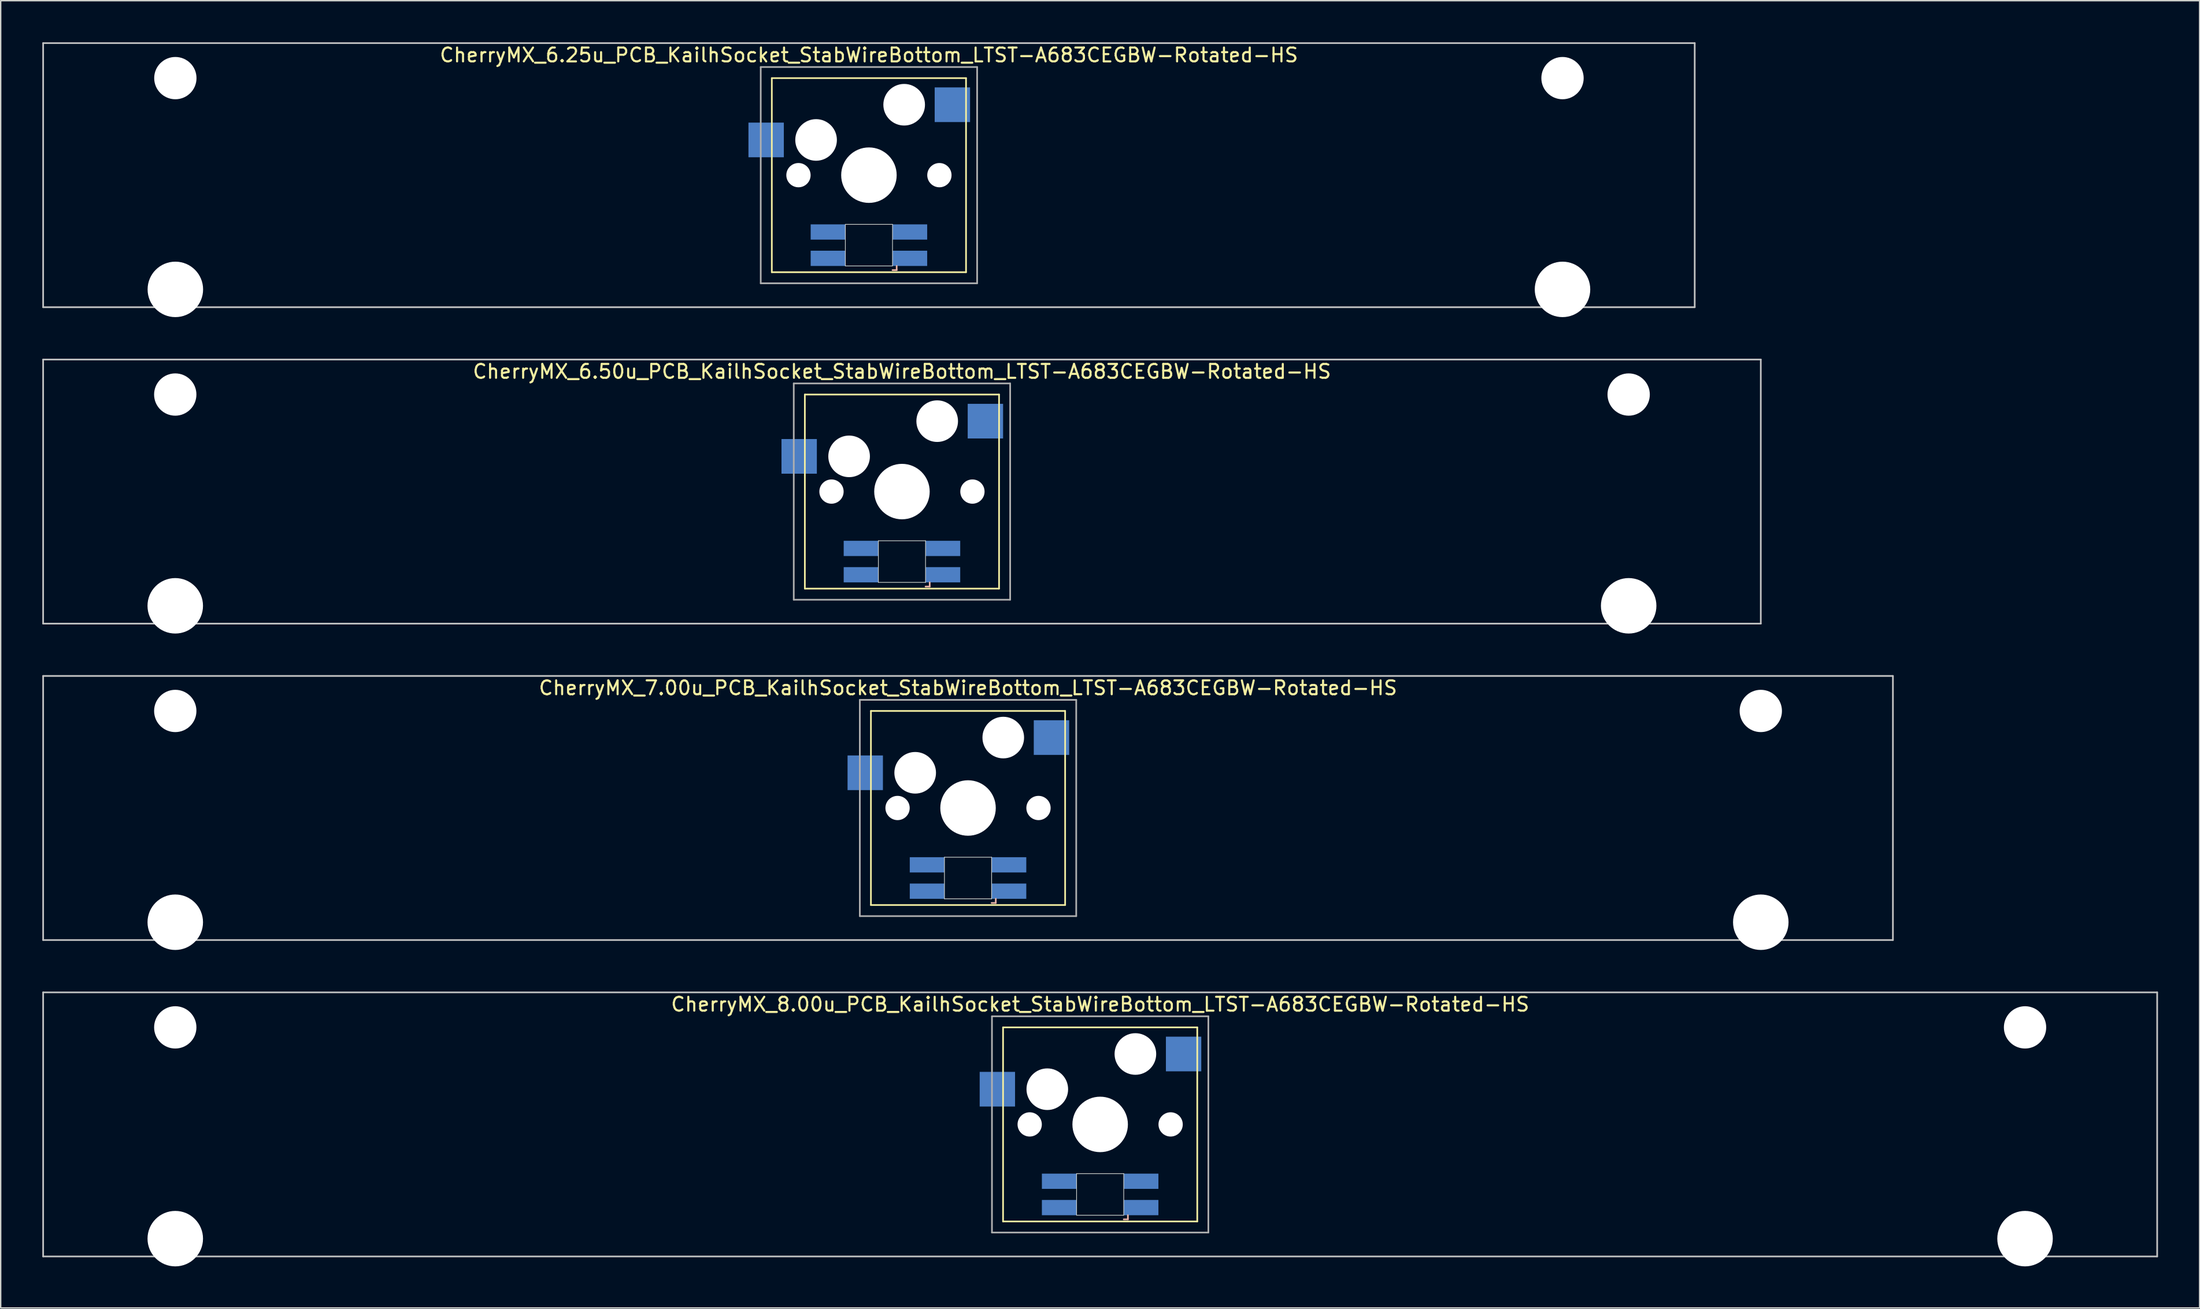
<source format=kicad_pcb>
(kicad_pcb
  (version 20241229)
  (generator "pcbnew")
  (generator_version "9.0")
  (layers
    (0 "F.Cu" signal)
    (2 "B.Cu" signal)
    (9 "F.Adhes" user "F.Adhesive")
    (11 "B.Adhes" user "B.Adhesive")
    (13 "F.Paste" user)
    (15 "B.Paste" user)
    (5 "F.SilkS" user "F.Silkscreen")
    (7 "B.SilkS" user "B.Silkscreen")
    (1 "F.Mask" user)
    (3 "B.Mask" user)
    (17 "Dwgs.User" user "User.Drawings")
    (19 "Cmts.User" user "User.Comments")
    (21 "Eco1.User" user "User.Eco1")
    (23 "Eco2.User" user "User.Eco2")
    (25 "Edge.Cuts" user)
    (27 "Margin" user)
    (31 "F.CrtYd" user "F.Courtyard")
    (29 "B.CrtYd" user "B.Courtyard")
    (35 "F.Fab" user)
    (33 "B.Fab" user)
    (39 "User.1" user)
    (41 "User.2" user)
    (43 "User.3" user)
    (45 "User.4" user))
  (footprint "CherryMX_8.00u_PCB_KailhSocket_StabWireBottom_LTST-A683CEGBW-Rotated-HS"
    (layer "F.Cu")
    (at 76.26 78.06)
    (property "Reference" "CherryMX_8.00u_PCB_KailhSocket_StabWireBottom_LTST-A683CEGBW-Rotated-HS" (at 0 -8.662 0) (layer "F.SilkS") (effects (font (size 1 1) (thickness 0.15))))
    (attr through_hole)
    (fp_line (start -7 -7) (end -7 7) (stroke (width 0.12) (type solid)) (layer "F.SilkS"))
    (fp_line (start -7 -7) (end 7 -7) (stroke (width 0.12) (type solid)) (layer "F.SilkS"))
    (fp_line (start 7 -7) (end 7 7) (stroke (width 0.12) (type solid)) (layer "F.SilkS"))
    (fp_line (start 7 7) (end -7 7) (stroke (width 0.12) (type solid)) (layer "F.SilkS"))
    (fp_line (start 1.7 6.85) (end 2 6.85) (stroke (width 0.12) (type solid)) (layer "B.SilkS"))
    (fp_line (start 2 6.85) (end 2 6.55) (stroke (width 0.12) (type solid)) (layer "B.SilkS"))
    (fp_line (start -76.2 -9.525) (end 76.2 -9.525) (stroke (width 0.12) (type solid)) (layer "Dwgs.User"))
    (fp_line (start -76.2 9.525) (end -76.2 -9.525) (stroke (width 0.12) (type solid)) (layer "Dwgs.User"))
    (fp_line (start 76.2 -9.525) (end 76.2 9.525) (stroke (width 0.12) (type solid)) (layer "Dwgs.User"))
    (fp_line (start 76.2 9.525) (end -76.2 9.525) (stroke (width 0.12) (type solid)) (layer "Dwgs.User"))
    (fp_line (start -1.7 3.55) (end 1.7 3.55) (stroke (width 0.05) (type solid)) (layer "Edge.Cuts"))
    (fp_line (start -1.7 6.55) (end -1.7 3.55) (stroke (width 0.05) (type solid)) (layer "Edge.Cuts"))
    (fp_line (start 1.7 3.55) (end 1.7 6.55) (stroke (width 0.05) (type solid)) (layer "Edge.Cuts"))
    (fp_line (start 1.7 6.55) (end -1.7 6.55) (stroke (width 0.05) (type solid)) (layer "Edge.Cuts"))
    (fp_line (start -7.8 -7.8) (end -7.8 7.8) (stroke (width 0.12) (type solid)) (layer "F.Fab"))
    (fp_line (start -7.8 -7.8) (end 7.8 -7.8) (stroke (width 0.12) (type solid)) (layer "F.Fab"))
    (fp_line (start -7.8 7.8) (end 7.8 7.8) (stroke (width 0.12) (type solid)) (layer "F.Fab"))
    (fp_line (start 7.8 -7.8) (end 7.8 7.8) (stroke (width 0.12) (type solid)) (layer "F.Fab"))
    (pad "" np_thru_hole circle (at -66.675 -7) (size 3.05 3.05) (drill 3.05) (layers "*.Cu" "*.Mask"))
    (pad "" np_thru_hole circle (at -66.675 8.24) (size 4 4) (drill 4) (layers "*.Cu" "*.Mask"))
    (pad "" np_thru_hole circle (at -5.08 0) (size 1.75 1.75) (drill 1.75) (layers "*.Cu" "*.Mask"))
    (pad "" np_thru_hole circle (at -3.81 -2.54) (size 3 3) (drill 3) (layers "*.Cu" "*.Mask"))
    (pad "" np_thru_hole circle (at 0 0) (size 4 4) (drill 4) (layers "*.Cu" "*.Mask"))
    (pad "" np_thru_hole circle (at 2.54 -5.08) (size 3 3) (drill 3) (layers "*.Cu" "*.Mask"))
    (pad "" np_thru_hole circle (at 5.08 0) (size 1.75 1.75) (drill 1.75) (layers "*.Cu" "*.Mask"))
    (pad "" np_thru_hole circle (at 66.675 -7) (size 3.05 3.05) (drill 3.05) (layers "*.Cu" "*.Mask"))
    (pad "" np_thru_hole circle (at 66.675 8.24) (size 4 4) (drill 4) (layers "*.Cu" "*.Mask"))
    (pad "1" smd rect (at -7.41 -2.54) (size 2.55 2.5) (layers "B.Cu" "B.Mask" "B.Paste"))
    (pad "2" smd rect (at 6.015 -5.08) (size 2.55 2.5) (layers "B.Cu" "B.Mask" "B.Paste"))
    (pad "3" smd rect (at 2.95 6) (size 2.5 1.1) (layers "B.Cu" "B.Mask" "B.Paste"))
    (pad "4" smd rect (at 2.95 4.1) (size 2.5 1.1) (layers "B.Cu" "B.Mask" "B.Paste"))
    (pad "5" smd rect (at -2.95 6) (size 2.5 1.1) (layers "B.Cu" "B.Mask" "B.Paste"))
    (pad "6" smd rect (at -2.95 4.1) (size 2.5 1.1) (layers "B.Cu" "B.Mask" "B.Paste")))
  (footprint "CherryMX_6.50u_PCB_KailhSocket_StabWireBottom_LTST-A683CEGBW-Rotated-HS"
    (layer "F.Cu")
    (at 61.972 32.41)
    (property "Reference" "CherryMX_6.50u_PCB_KailhSocket_StabWireBottom_LTST-A683CEGBW-Rotated-HS" (at 0 -8.662 0) (layer "F.SilkS") (effects (font (size 1 1) (thickness 0.15))))
    (attr through_hole)
    (fp_line (start -7 -7) (end -7 7) (stroke (width 0.12) (type solid)) (layer "F.SilkS"))
    (fp_line (start -7 -7) (end 7 -7) (stroke (width 0.12) (type solid)) (layer "F.SilkS"))
    (fp_line (start 7 -7) (end 7 7) (stroke (width 0.12) (type solid)) (layer "F.SilkS"))
    (fp_line (start 7 7) (end -7 7) (stroke (width 0.12) (type solid)) (layer "F.SilkS"))
    (fp_line (start 1.7 6.85) (end 2 6.85) (stroke (width 0.12) (type solid)) (layer "B.SilkS"))
    (fp_line (start 2 6.85) (end 2 6.55) (stroke (width 0.12) (type solid)) (layer "B.SilkS"))
    (fp_line (start -61.913 -9.525) (end 61.913 -9.525) (stroke (width 0.12) (type solid)) (layer "Dwgs.User"))
    (fp_line (start -61.913 9.525) (end -61.913 -9.525) (stroke (width 0.12) (type solid)) (layer "Dwgs.User"))
    (fp_line (start 61.913 -9.525) (end 61.913 9.525) (stroke (width 0.12) (type solid)) (layer "Dwgs.User"))
    (fp_line (start 61.913 9.525) (end -61.913 9.525) (stroke (width 0.12) (type solid)) (layer "Dwgs.User"))
    (fp_line (start -1.7 3.55) (end 1.7 3.55) (stroke (width 0.05) (type solid)) (layer "Edge.Cuts"))
    (fp_line (start -1.7 6.55) (end -1.7 3.55) (stroke (width 0.05) (type solid)) (layer "Edge.Cuts"))
    (fp_line (start 1.7 3.55) (end 1.7 6.55) (stroke (width 0.05) (type solid)) (layer "Edge.Cuts"))
    (fp_line (start 1.7 6.55) (end -1.7 6.55) (stroke (width 0.05) (type solid)) (layer "Edge.Cuts"))
    (fp_line (start -7.8 -7.8) (end -7.8 7.8) (stroke (width 0.12) (type solid)) (layer "F.Fab"))
    (fp_line (start -7.8 -7.8) (end 7.8 -7.8) (stroke (width 0.12) (type solid)) (layer "F.Fab"))
    (fp_line (start -7.8 7.8) (end 7.8 7.8) (stroke (width 0.12) (type solid)) (layer "F.Fab"))
    (fp_line (start 7.8 -7.8) (end 7.8 7.8) (stroke (width 0.12) (type solid)) (layer "F.Fab"))
    (pad "" np_thru_hole circle (at -52.388 -7) (size 3.05 3.05) (drill 3.05) (layers "*.Cu" "*.Mask"))
    (pad "" np_thru_hole circle (at -52.388 8.24) (size 4 4) (drill 4) (layers "*.Cu" "*.Mask"))
    (pad "" np_thru_hole circle (at -5.08 0) (size 1.75 1.75) (drill 1.75) (layers "*.Cu" "*.Mask"))
    (pad "" np_thru_hole circle (at -3.81 -2.54) (size 3 3) (drill 3) (layers "*.Cu" "*.Mask"))
    (pad "" np_thru_hole circle (at 0 0) (size 4 4) (drill 4) (layers "*.Cu" "*.Mask"))
    (pad "" np_thru_hole circle (at 2.54 -5.08) (size 3 3) (drill 3) (layers "*.Cu" "*.Mask"))
    (pad "" np_thru_hole circle (at 5.08 0) (size 1.75 1.75) (drill 1.75) (layers "*.Cu" "*.Mask"))
    (pad "" np_thru_hole circle (at 52.388 -7) (size 3.05 3.05) (drill 3.05) (layers "*.Cu" "*.Mask"))
    (pad "" np_thru_hole circle (at 52.388 8.24) (size 4 4) (drill 4) (layers "*.Cu" "*.Mask"))
    (pad "1" smd rect (at -7.41 -2.54) (size 2.55 2.5) (layers "B.Cu" "B.Mask" "B.Paste"))
    (pad "2" smd rect (at 6.015 -5.08) (size 2.55 2.5) (layers "B.Cu" "B.Mask" "B.Paste"))
    (pad "3" smd rect (at 2.95 6) (size 2.5 1.1) (layers "B.Cu" "B.Mask" "B.Paste"))
    (pad "4" smd rect (at 2.95 4.1) (size 2.5 1.1) (layers "B.Cu" "B.Mask" "B.Paste"))
    (pad "5" smd rect (at -2.95 6) (size 2.5 1.1) (layers "B.Cu" "B.Mask" "B.Paste"))
    (pad "6" smd rect (at -2.95 4.1) (size 2.5 1.1) (layers "B.Cu" "B.Mask" "B.Paste")))
  (footprint "CherryMX_7.00u_PCB_KailhSocket_StabWireBottom_LTST-A683CEGBW-Rotated-HS"
    (layer "F.Cu")
    (at 66.735 55.235)
    (property "Reference" "CherryMX_7.00u_PCB_KailhSocket_StabWireBottom_LTST-A683CEGBW-Rotated-HS" (at 0 -8.662 0) (layer "F.SilkS") (effects (font (size 1 1) (thickness 0.15))))
    (attr through_hole)
    (fp_line (start -7 -7) (end -7 7) (stroke (width 0.12) (type solid)) (layer "F.SilkS"))
    (fp_line (start -7 -7) (end 7 -7) (stroke (width 0.12) (type solid)) (layer "F.SilkS"))
    (fp_line (start 7 -7) (end 7 7) (stroke (width 0.12) (type solid)) (layer "F.SilkS"))
    (fp_line (start 7 7) (end -7 7) (stroke (width 0.12) (type solid)) (layer "F.SilkS"))
    (fp_line (start 1.7 6.85) (end 2 6.85) (stroke (width 0.12) (type solid)) (layer "B.SilkS"))
    (fp_line (start 2 6.85) (end 2 6.55) (stroke (width 0.12) (type solid)) (layer "B.SilkS"))
    (fp_line (start -66.675 -9.525) (end 66.675 -9.525) (stroke (width 0.12) (type solid)) (layer "Dwgs.User"))
    (fp_line (start -66.675 9.525) (end -66.675 -9.525) (stroke (width 0.12) (type solid)) (layer "Dwgs.User"))
    (fp_line (start 66.675 -9.525) (end 66.675 9.525) (stroke (width 0.12) (type solid)) (layer "Dwgs.User"))
    (fp_line (start 66.675 9.525) (end -66.675 9.525) (stroke (width 0.12) (type solid)) (layer "Dwgs.User"))
    (fp_line (start -1.7 3.55) (end 1.7 3.55) (stroke (width 0.05) (type solid)) (layer "Edge.Cuts"))
    (fp_line (start -1.7 6.55) (end -1.7 3.55) (stroke (width 0.05) (type solid)) (layer "Edge.Cuts"))
    (fp_line (start 1.7 3.55) (end 1.7 6.55) (stroke (width 0.05) (type solid)) (layer "Edge.Cuts"))
    (fp_line (start 1.7 6.55) (end -1.7 6.55) (stroke (width 0.05) (type solid)) (layer "Edge.Cuts"))
    (fp_line (start -7.8 -7.8) (end -7.8 7.8) (stroke (width 0.12) (type solid)) (layer "F.Fab"))
    (fp_line (start -7.8 -7.8) (end 7.8 -7.8) (stroke (width 0.12) (type solid)) (layer "F.Fab"))
    (fp_line (start -7.8 7.8) (end 7.8 7.8) (stroke (width 0.12) (type solid)) (layer "F.Fab"))
    (fp_line (start 7.8 -7.8) (end 7.8 7.8) (stroke (width 0.12) (type solid)) (layer "F.Fab"))
    (pad "" np_thru_hole circle (at -57.15 -7) (size 3.05 3.05) (drill 3.05) (layers "*.Cu" "*.Mask"))
    (pad "" np_thru_hole circle (at -57.15 8.24) (size 4 4) (drill 4) (layers "*.Cu" "*.Mask"))
    (pad "" np_thru_hole circle (at -5.08 0) (size 1.75 1.75) (drill 1.75) (layers "*.Cu" "*.Mask"))
    (pad "" np_thru_hole circle (at -3.81 -2.54) (size 3 3) (drill 3) (layers "*.Cu" "*.Mask"))
    (pad "" np_thru_hole circle (at 0 0) (size 4 4) (drill 4) (layers "*.Cu" "*.Mask"))
    (pad "" np_thru_hole circle (at 2.54 -5.08) (size 3 3) (drill 3) (layers "*.Cu" "*.Mask"))
    (pad "" np_thru_hole circle (at 5.08 0) (size 1.75 1.75) (drill 1.75) (layers "*.Cu" "*.Mask"))
    (pad "" np_thru_hole circle (at 57.15 -7) (size 3.05 3.05) (drill 3.05) (layers "*.Cu" "*.Mask"))
    (pad "" np_thru_hole circle (at 57.15 8.24) (size 4 4) (drill 4) (layers "*.Cu" "*.Mask"))
    (pad "1" smd rect (at -7.41 -2.54) (size 2.55 2.5) (layers "B.Cu" "B.Mask" "B.Paste"))
    (pad "2" smd rect (at 6.015 -5.08) (size 2.55 2.5) (layers "B.Cu" "B.Mask" "B.Paste"))
    (pad "3" smd rect (at 2.95 6) (size 2.5 1.1) (layers "B.Cu" "B.Mask" "B.Paste"))
    (pad "4" smd rect (at 2.95 4.1) (size 2.5 1.1) (layers "B.Cu" "B.Mask" "B.Paste"))
    (pad "5" smd rect (at -2.95 6) (size 2.5 1.1) (layers "B.Cu" "B.Mask" "B.Paste"))
    (pad "6" smd rect (at -2.95 4.1) (size 2.5 1.1) (layers "B.Cu" "B.Mask" "B.Paste")))
  (footprint "CherryMX_6.25u_PCB_KailhSocket_StabWireBottom_LTST-A683CEGBW-Rotated-HS"
    (layer "F.Cu")
    (at 59.591 9.585)
    (property "Reference" "CherryMX_6.25u_PCB_KailhSocket_StabWireBottom_LTST-A683CEGBW-Rotated-HS" (at 0 -8.662 0) (layer "F.SilkS") (effects (font (size 1 1) (thickness 0.15))))
    (attr through_hole)
    (fp_line (start -7 -7) (end -7 7) (stroke (width 0.12) (type solid)) (layer "F.SilkS"))
    (fp_line (start -7 -7) (end 7 -7) (stroke (width 0.12) (type solid)) (layer "F.SilkS"))
    (fp_line (start 7 -7) (end 7 7) (stroke (width 0.12) (type solid)) (layer "F.SilkS"))
    (fp_line (start 7 7) (end -7 7) (stroke (width 0.12) (type solid)) (layer "F.SilkS"))
    (fp_line (start 1.7 6.85) (end 2 6.85) (stroke (width 0.12) (type solid)) (layer "B.SilkS"))
    (fp_line (start 2 6.85) (end 2 6.55) (stroke (width 0.12) (type solid)) (layer "B.SilkS"))
    (fp_line (start -59.531 -9.525) (end 59.531 -9.525) (stroke (width 0.12) (type solid)) (layer "Dwgs.User"))
    (fp_line (start -59.531 9.525) (end -59.531 -9.525) (stroke (width 0.12) (type solid)) (layer "Dwgs.User"))
    (fp_line (start 59.531 -9.525) (end 59.531 9.525) (stroke (width 0.12) (type solid)) (layer "Dwgs.User"))
    (fp_line (start 59.531 9.525) (end -59.531 9.525) (stroke (width 0.12) (type solid)) (layer "Dwgs.User"))
    (fp_line (start -1.7 3.55) (end 1.7 3.55) (stroke (width 0.05) (type solid)) (layer "Edge.Cuts"))
    (fp_line (start -1.7 6.55) (end -1.7 3.55) (stroke (width 0.05) (type solid)) (layer "Edge.Cuts"))
    (fp_line (start 1.7 3.55) (end 1.7 6.55) (stroke (width 0.05) (type solid)) (layer "Edge.Cuts"))
    (fp_line (start 1.7 6.55) (end -1.7 6.55) (stroke (width 0.05) (type solid)) (layer "Edge.Cuts"))
    (fp_line (start -7.8 -7.8) (end -7.8 7.8) (stroke (width 0.12) (type solid)) (layer "F.Fab"))
    (fp_line (start -7.8 -7.8) (end 7.8 -7.8) (stroke (width 0.12) (type solid)) (layer "F.Fab"))
    (fp_line (start -7.8 7.8) (end 7.8 7.8) (stroke (width 0.12) (type solid)) (layer "F.Fab"))
    (fp_line (start 7.8 -7.8) (end 7.8 7.8) (stroke (width 0.12) (type solid)) (layer "F.Fab"))
    (pad "" np_thru_hole circle (at -50 -7) (size 3.05 3.05) (drill 3.05) (layers "*.Cu" "*.Mask"))
    (pad "" np_thru_hole circle (at -50 8.24) (size 4 4) (drill 4) (layers "*.Cu" "*.Mask"))
    (pad "" np_thru_hole circle (at -5.08 0) (size 1.75 1.75) (drill 1.75) (layers "*.Cu" "*.Mask"))
    (pad "" np_thru_hole circle (at -3.81 -2.54) (size 3 3) (drill 3) (layers "*.Cu" "*.Mask"))
    (pad "" np_thru_hole circle (at 0 0) (size 4 4) (drill 4) (layers "*.Cu" "*.Mask"))
    (pad "" np_thru_hole circle (at 2.54 -5.08) (size 3 3) (drill 3) (layers "*.Cu" "*.Mask"))
    (pad "" np_thru_hole circle (at 5.08 0) (size 1.75 1.75) (drill 1.75) (layers "*.Cu" "*.Mask"))
    (pad "" np_thru_hole circle (at 50 -7) (size 3.05 3.05) (drill 3.05) (layers "*.Cu" "*.Mask"))
    (pad "" np_thru_hole circle (at 50 8.24) (size 4 4) (drill 4) (layers "*.Cu" "*.Mask"))
    (pad "1" smd rect (at -7.41 -2.54) (size 2.55 2.5) (layers "B.Cu" "B.Mask" "B.Paste"))
    (pad "2" smd rect (at 6.015 -5.08) (size 2.55 2.5) (layers "B.Cu" "B.Mask" "B.Paste"))
    (pad "3" smd rect (at 2.95 6) (size 2.5 1.1) (layers "B.Cu" "B.Mask" "B.Paste"))
    (pad "4" smd rect (at 2.95 4.1) (size 2.5 1.1) (layers "B.Cu" "B.Mask" "B.Paste"))
    (pad "5" smd rect (at -2.95 6) (size 2.5 1.1) (layers "B.Cu" "B.Mask" "B.Paste"))
    (pad "6" smd rect (at -2.95 4.1) (size 2.5 1.1) (layers "B.Cu" "B.Mask" "B.Paste")))
  (gr_rect
    (start -3 -3)
    (end 155.52 91.3)
    (stroke (width 0.1) (type default))
    (fill no)
    (layer "Edge.Cuts")))
</source>
